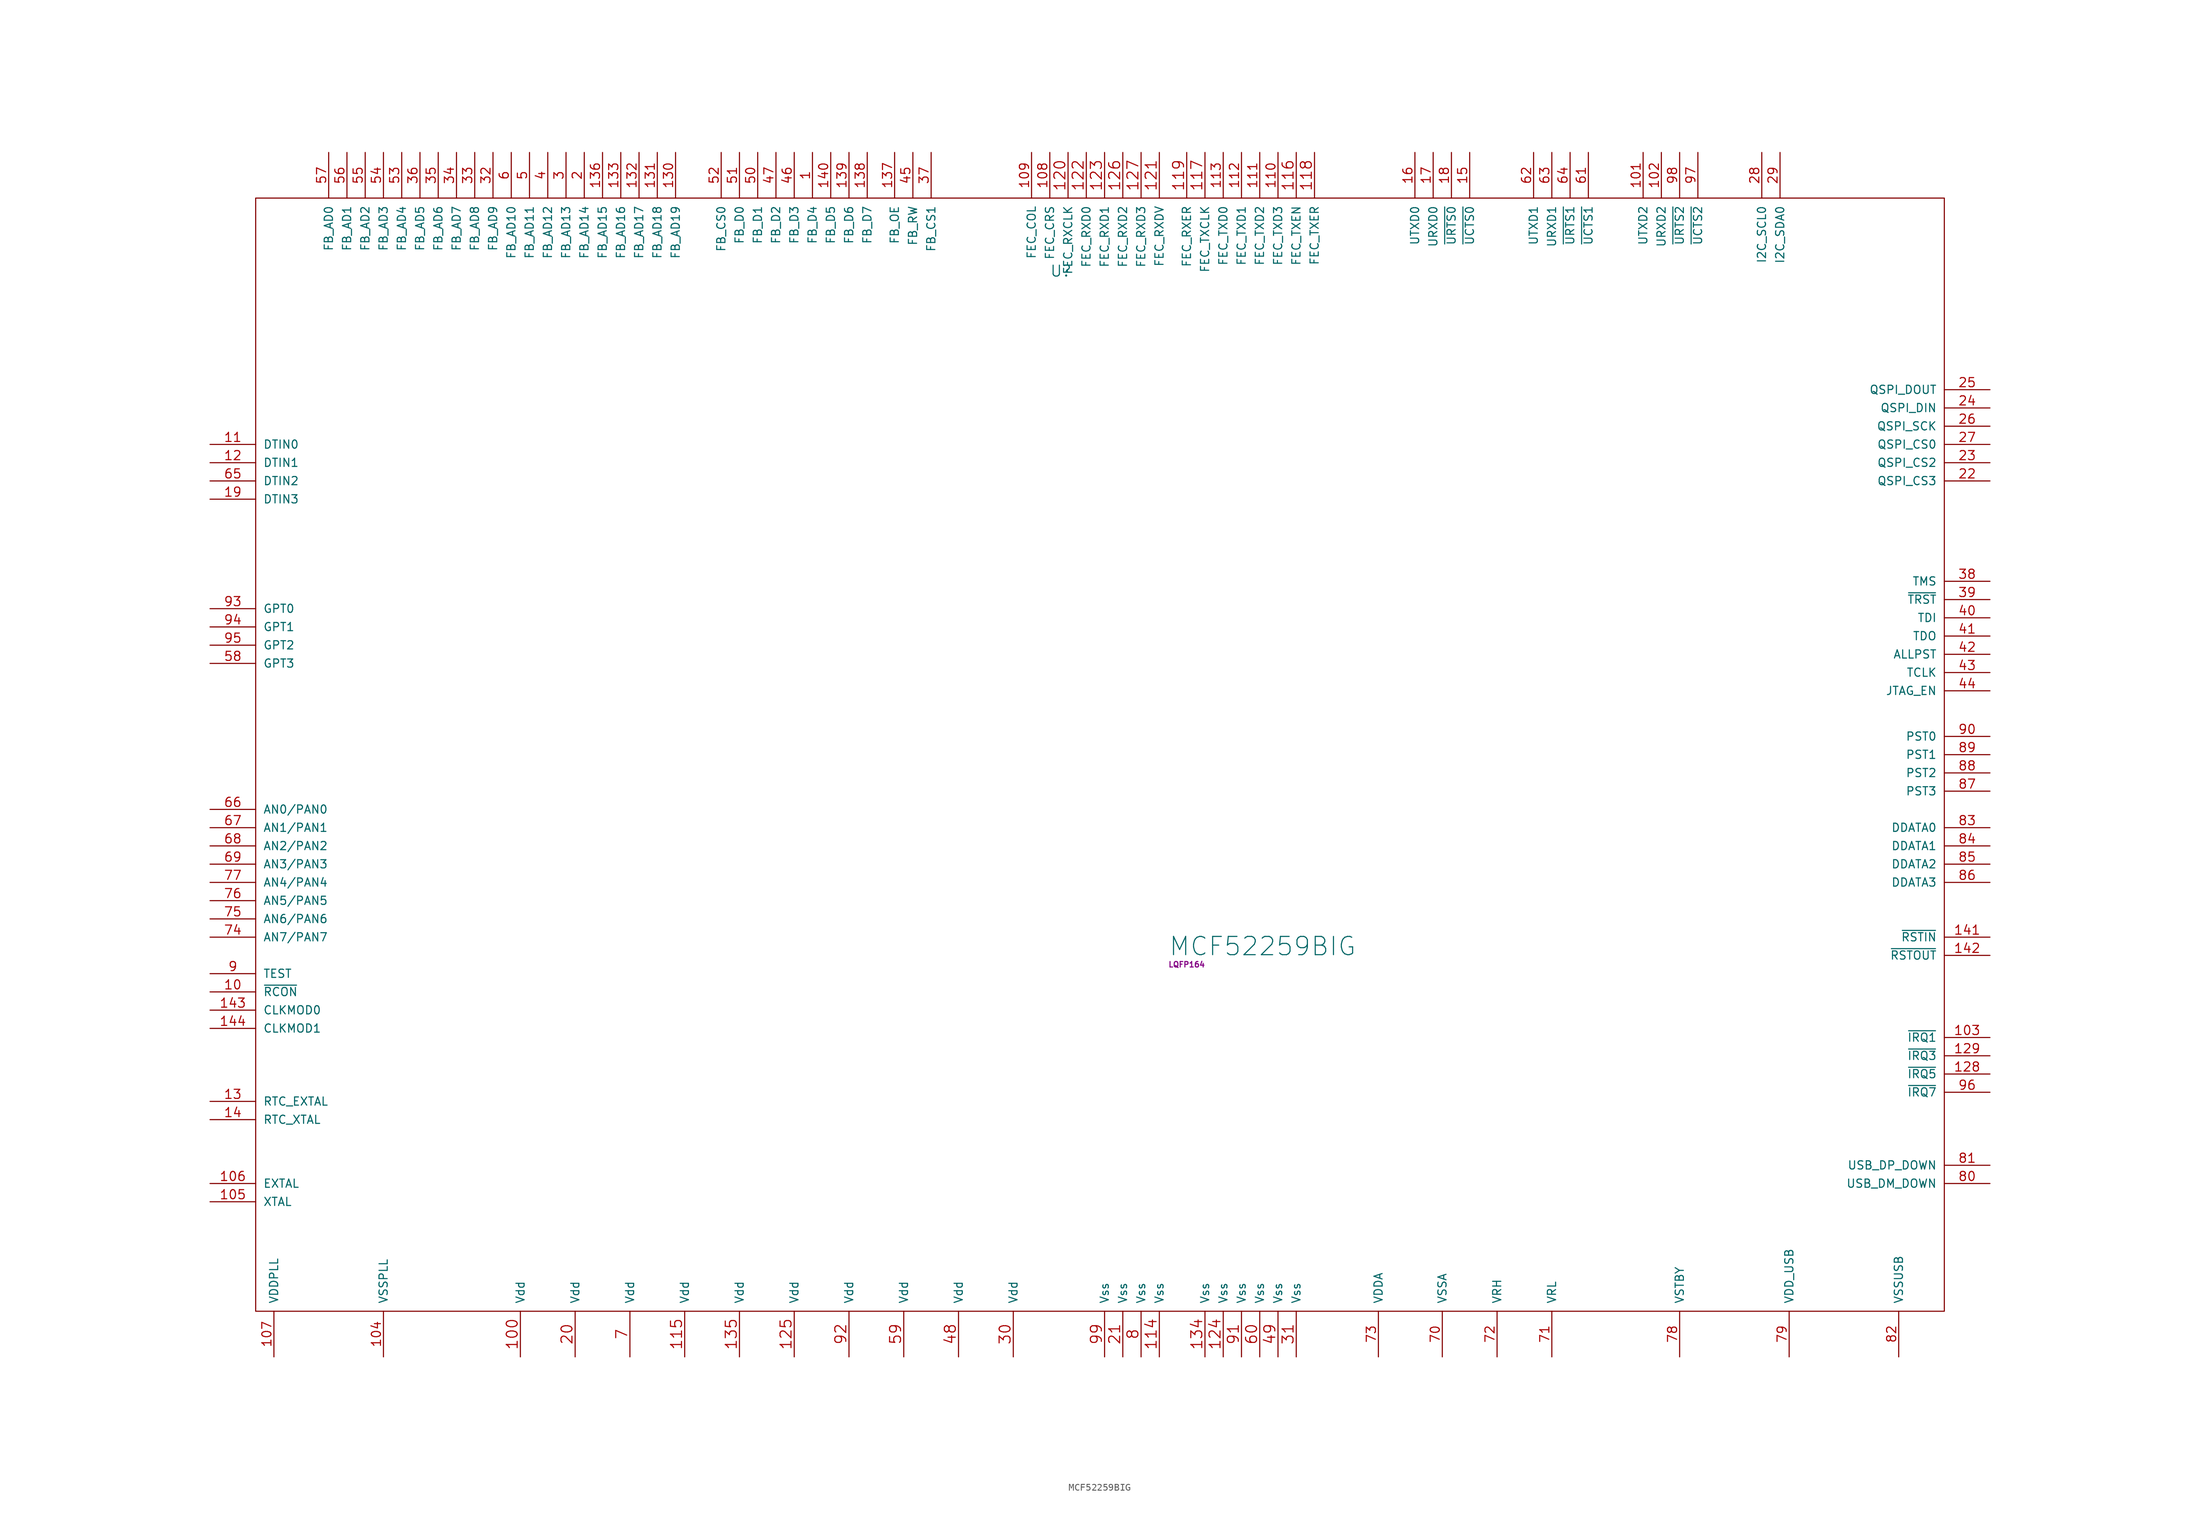
<source format=kicad_sym>
(kicad_symbol_lib
  (version 20220914)
  (generator kicad_symbol_editor)
  (symbol "MCF52259BIG"
    (pin_names
      (offset 1.016))
    (property "Reference" "U"
      (at -5.08 66.04 0)
      (effects (font (size 1.524 1.524)) (justify left)))
    (property "Value" "MCF52259BIG"
      (at 11.43 -27.94 0)
      (effects (font (size 2.54 2.54)) (justify left)))
    (property "Footprint" "LQFP164"
      (at 13.97 -30.48 0)
      (effects (font (size 0.762 0.762))))
    (property "Datasheet" ""
      (at 0 0 0)
      (effects (font (size 1.524 1.524))))
    (symbol "MCF52259BIG_0_1"
      (polyline (pts (xy -113.03 76.2) (xy 119.38 76.2) (xy 119.38 -78.74) (xy -115.57 -78.74) (xy -115.57 76.2) (xy -113.03 76.2) (xy -113.03 76.2)) (stroke (width 0) (type default)) (fill (type none))))
    (symbol "MCF52259BIG_1_1"
      (pin bidirectional line (at -38.1 82.55 270) (length 6.35) (name "FB_D4" (effects (font (size 1.143 1.143)))) (number "1" (effects (font (size 1.27 1.27)))))
      (pin input line (at -121.92 -34.29 0) (length 6.35) (name "~{RCON}" (effects (font (size 1.143 1.143)))) (number "10" (effects (font (size 1.27 1.27)))))
      (pin power_in line (at -78.74 -85.09 90) (length 6.35) (name "Vdd" (effects (font (size 1.143 1.143)))) (number "100" (effects (font (size 1.524 1.524)))))
      (pin bidirectional line (at 77.47 82.55 270) (length 6.35) (name "UTXD2" (effects (font (size 1.143 1.143)))) (number "101" (effects (font (size 1.27 1.27)))))
      (pin bidirectional line (at 80.01 82.55 270) (length 6.35) (name "URXD2" (effects (font (size 1.143 1.143)))) (number "102" (effects (font (size 1.27 1.27)))))
      (pin bidirectional line (at 125.73 -40.64 180) (length 6.35) (name "~{IRQ1}" (effects (font (size 1.143 1.143)))) (number "103" (effects (font (size 1.27 1.27)))))
      (pin passive line (at -97.79 -85.09 90) (length 6.35) (name "VSSPLL" (effects (font (size 1.143 1.143)))) (number "104" (effects (font (size 1.27 1.27)))))
      (pin bidirectional line (at -121.92 -63.5 0) (length 6.35) (name "XTAL" (effects (font (size 1.143 1.143)))) (number "105" (effects (font (size 1.27 1.27)))))
      (pin bidirectional line (at -121.92 -60.96 0) (length 6.35) (name "EXTAL" (effects (font (size 1.143 1.143)))) (number "106" (effects (font (size 1.27 1.27)))))
      (pin passive line (at -113.03 -85.09 90) (length 6.35) (name "VDDPLL" (effects (font (size 1.143 1.143)))) (number "107" (effects (font (size 1.27 1.27)))))
      (pin passive line (at -5.08 82.55 270) (length 6.35) (name "FEC_CRS" (effects (font (size 1.143 1.143)))) (number "108" (effects (font (size 1.27 1.27)))))
      (pin passive line (at -7.62 82.55 270) (length 6.35) (name "FEC_COL" (effects (font (size 1.143 1.143)))) (number "109" (effects (font (size 1.27 1.27)))))
      (pin bidirectional line (at -121.92 41.91 0) (length 6.35) (name "DTIN0" (effects (font (size 1.143 1.143)))) (number "11" (effects (font (size 1.27 1.27)))))
      (pin passive line (at 26.67 82.55 270) (length 6.35) (name "FEC_TXD3" (effects (font (size 1.143 1.143)))) (number "110" (effects (font (size 1.27 1.27)))))
      (pin passive line (at 24.13 82.55 270) (length 6.35) (name "FEC_TXD2" (effects (font (size 1.143 1.143)))) (number "111" (effects (font (size 1.27 1.27)))))
      (pin passive line (at 21.59 82.55 270) (length 6.35) (name "FEC_TXD1" (effects (font (size 1.143 1.143)))) (number "112" (effects (font (size 1.27 1.27)))))
      (pin passive line (at 19.05 82.55 270) (length 6.35) (name "FEC_TXD0" (effects (font (size 1.143 1.143)))) (number "113" (effects (font (size 1.27 1.27)))))
      (pin power_in line (at 10.16 -85.09 90) (length 6.35) (name "Vss" (effects (font (size 1.143 1.143)))) (number "114" (effects (font (size 1.524 1.524)))))
      (pin power_in line (at -55.88 -85.09 90) (length 6.35) (name "Vdd" (effects (font (size 1.143 1.143)))) (number "115" (effects (font (size 1.524 1.524)))))
      (pin passive line (at 29.21 82.55 270) (length 6.35) (name "FEC_TXEN" (effects (font (size 1.143 1.143)))) (number "116" (effects (font (size 1.524 1.524)))))
      (pin passive line (at 16.51 82.55 270) (length 6.35) (name "FEC_TXCLK" (effects (font (size 1.143 1.143)))) (number "117" (effects (font (size 1.524 1.524)))))
      (pin passive line (at 31.75 82.55 270) (length 6.35) (name "FEC_TXER" (effects (font (size 1.143 1.143)))) (number "118" (effects (font (size 1.524 1.524)))))
      (pin passive line (at 13.97 82.55 270) (length 6.35) (name "FEC_RXER" (effects (font (size 1.143 1.143)))) (number "119" (effects (font (size 1.524 1.524)))))
      (pin bidirectional line (at -121.92 39.37 0) (length 6.35) (name "DTIN1" (effects (font (size 1.143 1.143)))) (number "12" (effects (font (size 1.27 1.27)))))
      (pin passive line (at -2.54 82.55 270) (length 6.35) (name "FEC_RXCLK" (effects (font (size 1.143 1.143)))) (number "120" (effects (font (size 1.524 1.524)))))
      (pin passive line (at 10.16 82.55 270) (length 6.35) (name "FEC_RXDV" (effects (font (size 1.143 1.143)))) (number "121" (effects (font (size 1.524 1.524)))))
      (pin passive line (at 0 82.55 270) (length 6.35) (name "FEC_RXD0" (effects (font (size 1.143 1.143)))) (number "122" (effects (font (size 1.524 1.524)))))
      (pin passive line (at 2.54 82.55 270) (length 6.35) (name "FEC_RXD1" (effects (font (size 1.143 1.143)))) (number "123" (effects (font (size 1.524 1.524)))))
      (pin power_in line (at 19.05 -85.09 90) (length 6.35) (name "Vss" (effects (font (size 1.143 1.143)))) (number "124" (effects (font (size 1.524 1.524)))))
      (pin power_in line (at -40.64 -85.09 90) (length 6.35) (name "Vdd" (effects (font (size 1.143 1.143)))) (number "125" (effects (font (size 1.524 1.524)))))
      (pin passive line (at 5.08 82.55 270) (length 6.35) (name "FEC_RXD2" (effects (font (size 1.143 1.143)))) (number "126" (effects (font (size 1.524 1.524)))))
      (pin passive line (at 7.62 82.55 270) (length 6.35) (name "FEC_RXD3" (effects (font (size 1.143 1.143)))) (number "127" (effects (font (size 1.524 1.524)))))
      (pin bidirectional line (at 125.73 -45.72 180) (length 6.35) (name "~{IRQ5}" (effects (font (size 1.143 1.143)))) (number "128" (effects (font (size 1.27 1.27)))))
      (pin bidirectional line (at 125.73 -43.18 180) (length 6.35) (name "~{IRQ3}" (effects (font (size 1.143 1.143)))) (number "129" (effects (font (size 1.27 1.27)))))
      (pin bidirectional line (at -121.92 -49.53 0) (length 6.35) (name "RTC_EXTAL" (effects (font (size 1.143 1.143)))) (number "13" (effects (font (size 1.27 1.27)))))
      (pin bidirectional line (at -57.15 82.55 270) (length 6.35) (name "FB_AD19" (effects (font (size 1.143 1.143)))) (number "130" (effects (font (size 1.27 1.27)))))
      (pin bidirectional line (at -59.69 82.55 270) (length 6.35) (name "FB_AD18" (effects (font (size 1.143 1.143)))) (number "131" (effects (font (size 1.27 1.27)))))
      (pin bidirectional line (at -62.23 82.55 270) (length 6.35) (name "FB_AD17" (effects (font (size 1.143 1.143)))) (number "132" (effects (font (size 1.27 1.27)))))
      (pin bidirectional line (at -64.77 82.55 270) (length 6.35) (name "FB_AD16" (effects (font (size 1.143 1.143)))) (number "133" (effects (font (size 1.27 1.27)))))
      (pin power_in line (at 16.51 -85.09 90) (length 6.35) (name "Vss" (effects (font (size 1.143 1.143)))) (number "134" (effects (font (size 1.524 1.524)))))
      (pin passive line (at -48.26 -85.09 90) (length 6.35) (name "Vdd" (effects (font (size 1.143 1.143)))) (number "135" (effects (font (size 1.524 1.524)))))
      (pin bidirectional line (at -67.31 82.55 270) (length 6.35) (name "FB_AD15" (effects (font (size 1.143 1.143)))) (number "136" (effects (font (size 1.27 1.27)))))
      (pin bidirectional line (at -26.67 82.55 270) (length 6.35) (name "FB_OE" (effects (font (size 1.143 1.143)))) (number "137" (effects (font (size 1.27 1.27)))))
      (pin bidirectional line (at -30.48 82.55 270) (length 6.35) (name "FB_D7" (effects (font (size 1.143 1.143)))) (number "138" (effects (font (size 1.27 1.27)))))
      (pin bidirectional line (at -33.02 82.55 270) (length 6.35) (name "FB_D6" (effects (font (size 1.143 1.143)))) (number "139" (effects (font (size 1.27 1.27)))))
      (pin bidirectional line (at -121.92 -52.07 0) (length 6.35) (name "RTC_XTAL" (effects (font (size 1.143 1.143)))) (number "14" (effects (font (size 1.27 1.27)))))
      (pin bidirectional line (at -35.56 82.55 270) (length 6.35) (name "FB_D5" (effects (font (size 1.143 1.143)))) (number "140" (effects (font (size 1.27 1.27)))))
      (pin input line (at 125.73 -26.67 180) (length 6.35) (name "~{RSTIN}" (effects (font (size 1.143 1.143)))) (number "141" (effects (font (size 1.27 1.27)))))
      (pin bidirectional line (at 125.73 -29.21 180) (length 6.35) (name "~{RSTOUT}" (effects (font (size 1.143 1.143)))) (number "142" (effects (font (size 1.27 1.27)))))
      (pin input line (at -121.92 -36.83 0) (length 6.35) (name "CLKMOD0" (effects (font (size 1.143 1.143)))) (number "143" (effects (font (size 1.27 1.27)))))
      (pin input line (at -121.92 -39.37 0) (length 6.35) (name "CLKMOD1" (effects (font (size 1.143 1.143)))) (number "144" (effects (font (size 1.27 1.27)))))
      (pin bidirectional line (at 53.34 82.55 270) (length 6.35) (name "~{UCTS0}" (effects (font (size 1.143 1.143)))) (number "15" (effects (font (size 1.27 1.27)))))
      (pin bidirectional line (at 45.72 82.55 270) (length 6.35) (name "UTXD0" (effects (font (size 1.143 1.143)))) (number "16" (effects (font (size 1.27 1.27)))))
      (pin bidirectional line (at 48.26 82.55 270) (length 6.35) (name "URXD0" (effects (font (size 1.143 1.143)))) (number "17" (effects (font (size 1.27 1.27)))))
      (pin bidirectional line (at 50.8 82.55 270) (length 6.35) (name "~{URTS0}" (effects (font (size 1.143 1.143)))) (number "18" (effects (font (size 1.27 1.27)))))
      (pin bidirectional line (at -121.92 34.29 0) (length 6.35) (name "DTIN3" (effects (font (size 1.143 1.143)))) (number "19" (effects (font (size 1.27 1.27)))))
      (pin bidirectional line (at -69.85 82.55 270) (length 6.35) (name "FB_AD14" (effects (font (size 1.143 1.143)))) (number "2" (effects (font (size 1.27 1.27)))))
      (pin power_in line (at -71.12 -85.09 90) (length 6.35) (name "Vdd" (effects (font (size 1.143 1.143)))) (number "20" (effects (font (size 1.524 1.524)))))
      (pin power_in line (at 5.08 -85.09 90) (length 6.35) (name "Vss" (effects (font (size 1.143 1.143)))) (number "21" (effects (font (size 1.524 1.524)))))
      (pin passive line (at 125.73 36.83 180) (length 6.35) (name "QSPI_CS3" (effects (font (size 1.143 1.143)))) (number "22" (effects (font (size 1.27 1.27)))))
      (pin passive line (at 125.73 39.37 180) (length 6.35) (name "QSPI_CS2" (effects (font (size 1.143 1.143)))) (number "23" (effects (font (size 1.27 1.27)))))
      (pin passive line (at 125.73 46.99 180) (length 6.35) (name "QSPI_DIN" (effects (font (size 1.143 1.143)))) (number "24" (effects (font (size 1.27 1.27)))))
      (pin passive line (at 125.73 49.53 180) (length 6.35) (name "QSPI_DOUT" (effects (font (size 1.143 1.143)))) (number "25" (effects (font (size 1.27 1.27)))))
      (pin passive line (at 125.73 44.45 180) (length 6.35) (name "QSPI_SCK" (effects (font (size 1.143 1.143)))) (number "26" (effects (font (size 1.27 1.27)))))
      (pin passive line (at 125.73 41.91 180) (length 6.35) (name "QSPI_CS0" (effects (font (size 1.143 1.143)))) (number "27" (effects (font (size 1.27 1.27)))))
      (pin bidirectional line (at 93.98 82.55 270) (length 6.35) (name "I2C_SCL0" (effects (font (size 1.143 1.143)))) (number "28" (effects (font (size 1.27 1.27)))))
      (pin bidirectional line (at 96.52 82.55 270) (length 6.35) (name "I2C_SDA0" (effects (font (size 1.143 1.143)))) (number "29" (effects (font (size 1.27 1.27)))))
      (pin bidirectional line (at -72.39 82.55 270) (length 6.35) (name "FB_AD13" (effects (font (size 1.143 1.143)))) (number "3" (effects (font (size 1.27 1.27)))))
      (pin power_in line (at -10.16 -85.09 90) (length 6.35) (name "Vdd" (effects (font (size 1.143 1.143)))) (number "30" (effects (font (size 1.524 1.524)))))
      (pin power_in line (at 29.21 -85.09 90) (length 6.35) (name "Vss" (effects (font (size 1.143 1.143)))) (number "31" (effects (font (size 1.524 1.524)))))
      (pin bidirectional line (at -82.55 82.55 270) (length 6.35) (name "FB_AD9" (effects (font (size 1.143 1.143)))) (number "32" (effects (font (size 1.27 1.27)))))
      (pin bidirectional line (at -85.09 82.55 270) (length 6.35) (name "FB_AD8" (effects (font (size 1.143 1.143)))) (number "33" (effects (font (size 1.27 1.27)))))
      (pin bidirectional line (at -87.63 82.55 270) (length 6.35) (name "FB_AD7" (effects (font (size 1.143 1.143)))) (number "34" (effects (font (size 1.27 1.27)))))
      (pin bidirectional line (at -90.17 82.55 270) (length 6.35) (name "FB_AD6" (effects (font (size 1.143 1.143)))) (number "35" (effects (font (size 1.27 1.27)))))
      (pin bidirectional line (at -92.71 82.55 270) (length 6.35) (name "FB_AD5" (effects (font (size 1.143 1.143)))) (number "36" (effects (font (size 1.27 1.27)))))
      (pin bidirectional line (at -21.59 82.55 270) (length 6.35) (name "FB_CS1" (effects (font (size 1.143 1.143)))) (number "37" (effects (font (size 1.27 1.27)))))
      (pin input line (at 125.73 22.86 180) (length 6.35) (name "TMS" (effects (font (size 1.143 1.143)))) (number "38" (effects (font (size 1.27 1.27)))))
      (pin input line (at 125.73 20.32 180) (length 6.35) (name "~{TRST}" (effects (font (size 1.143 1.143)))) (number "39" (effects (font (size 1.27 1.27)))))
      (pin bidirectional line (at -74.93 82.55 270) (length 6.35) (name "FB_AD12" (effects (font (size 1.143 1.143)))) (number "4" (effects (font (size 1.27 1.27)))))
      (pin input line (at 125.73 17.78 180) (length 6.35) (name "TDI" (effects (font (size 1.143 1.143)))) (number "40" (effects (font (size 1.27 1.27)))))
      (pin bidirectional line (at 125.73 15.24 180) (length 6.35) (name "TDO" (effects (font (size 1.143 1.143)))) (number "41" (effects (font (size 1.27 1.27)))))
      (pin bidirectional line (at 125.73 12.7 180) (length 6.35) (name "ALLPST" (effects (font (size 1.143 1.143)))) (number "42" (effects (font (size 1.27 1.27)))))
      (pin input line (at 125.73 10.16 180) (length 6.35) (name "TCLK" (effects (font (size 1.143 1.143)))) (number "43" (effects (font (size 1.27 1.27)))))
      (pin input line (at 125.73 7.62 180) (length 6.35) (name "JTAG_EN" (effects (font (size 1.143 1.143)))) (number "44" (effects (font (size 1.27 1.27)))))
      (pin bidirectional line (at -24.13 82.55 270) (length 6.35) (name "FB_RW" (effects (font (size 1.143 1.143)))) (number "45" (effects (font (size 1.27 1.27)))))
      (pin bidirectional line (at -40.64 82.55 270) (length 6.35) (name "FB_D3" (effects (font (size 1.143 1.143)))) (number "46" (effects (font (size 1.27 1.27)))))
      (pin bidirectional line (at -43.18 82.55 270) (length 6.35) (name "FB_D2" (effects (font (size 1.143 1.143)))) (number "47" (effects (font (size 1.27 1.27)))))
      (pin passive line (at -17.78 -85.09 90) (length 6.35) (name "Vdd" (effects (font (size 1.143 1.143)))) (number "48" (effects (font (size 1.524 1.524)))))
      (pin power_in line (at 26.67 -85.09 90) (length 6.35) (name "Vss" (effects (font (size 1.143 1.143)))) (number "49" (effects (font (size 1.524 1.524)))))
      (pin bidirectional line (at -77.47 82.55 270) (length 6.35) (name "FB_AD11" (effects (font (size 1.143 1.143)))) (number "5" (effects (font (size 1.27 1.27)))))
      (pin bidirectional line (at -45.72 82.55 270) (length 6.35) (name "FB_D1" (effects (font (size 1.143 1.143)))) (number "50" (effects (font (size 1.27 1.27)))))
      (pin bidirectional line (at -48.26 82.55 270) (length 6.35) (name "FB_D0" (effects (font (size 1.143 1.143)))) (number "51" (effects (font (size 1.27 1.27)))))
      (pin bidirectional line (at -50.8 82.55 270) (length 6.35) (name "FB_CS0" (effects (font (size 1.143 1.143)))) (number "52" (effects (font (size 1.27 1.27)))))
      (pin bidirectional line (at -95.25 82.55 270) (length 6.35) (name "FB_AD4" (effects (font (size 1.143 1.143)))) (number "53" (effects (font (size 1.27 1.27)))))
      (pin bidirectional line (at -97.79 82.55 270) (length 6.35) (name "FB_AD3" (effects (font (size 1.143 1.143)))) (number "54" (effects (font (size 1.27 1.27)))))
      (pin bidirectional line (at -100.33 82.55 270) (length 6.35) (name "FB_AD2" (effects (font (size 1.143 1.143)))) (number "55" (effects (font (size 1.27 1.27)))))
      (pin bidirectional line (at -102.87 82.55 270) (length 6.35) (name "FB_AD1" (effects (font (size 1.143 1.143)))) (number "56" (effects (font (size 1.27 1.27)))))
      (pin bidirectional line (at -105.41 82.55 270) (length 6.35) (name "FB_AD0" (effects (font (size 1.143 1.143)))) (number "57" (effects (font (size 1.27 1.27)))))
      (pin bidirectional line (at -121.92 11.43 0) (length 6.35) (name "GPT3" (effects (font (size 1.143 1.143)))) (number "58" (effects (font (size 1.27 1.27)))))
      (pin power_in line (at -25.4 -85.09 90) (length 6.35) (name "Vdd" (effects (font (size 1.143 1.143)))) (number "59" (effects (font (size 1.524 1.524)))))
      (pin bidirectional line (at -80.01 82.55 270) (length 6.35) (name "FB_AD10" (effects (font (size 1.143 1.143)))) (number "6" (effects (font (size 1.27 1.27)))))
      (pin power_in line (at 24.13 -85.09 90) (length 6.35) (name "Vss" (effects (font (size 1.143 1.143)))) (number "60" (effects (font (size 1.524 1.524)))))
      (pin bidirectional line (at 69.85 82.55 270) (length 6.35) (name "~{UCTS1}" (effects (font (size 1.143 1.143)))) (number "61" (effects (font (size 1.27 1.27)))))
      (pin bidirectional line (at 62.23 82.55 270) (length 6.35) (name "UTXD1" (effects (font (size 1.143 1.143)))) (number "62" (effects (font (size 1.27 1.27)))))
      (pin bidirectional line (at 64.77 82.55 270) (length 6.35) (name "URXD1" (effects (font (size 1.143 1.143)))) (number "63" (effects (font (size 1.27 1.27)))))
      (pin bidirectional line (at 67.31 82.55 270) (length 6.35) (name "~{URTS1}" (effects (font (size 1.143 1.143)))) (number "64" (effects (font (size 1.27 1.27)))))
      (pin bidirectional line (at -121.92 36.83 0) (length 6.35) (name "DTIN2" (effects (font (size 1.143 1.143)))) (number "65" (effects (font (size 1.27 1.27)))))
      (pin bidirectional line (at -121.92 -8.89 0) (length 6.35) (name "AN0/PAN0" (effects (font (size 1.143 1.143)))) (number "66" (effects (font (size 1.27 1.27)))))
      (pin bidirectional line (at -121.92 -11.43 0) (length 6.35) (name "AN1/PAN1" (effects (font (size 1.143 1.143)))) (number "67" (effects (font (size 1.27 1.27)))))
      (pin bidirectional line (at -121.92 -13.97 0) (length 6.35) (name "AN2/PAN2" (effects (font (size 1.143 1.143)))) (number "68" (effects (font (size 1.27 1.27)))))
      (pin bidirectional line (at -121.92 -16.51 0) (length 6.35) (name "AN3/PAN3" (effects (font (size 1.143 1.143)))) (number "69" (effects (font (size 1.27 1.27)))))
      (pin power_in line (at -63.5 -85.09 90) (length 6.35) (name "Vdd" (effects (font (size 1.143 1.143)))) (number "7" (effects (font (size 1.524 1.524)))))
      (pin input line (at 49.53 -85.09 90) (length 6.35) (name "VSSA" (effects (font (size 1.143 1.143)))) (number "70" (effects (font (size 1.27 1.27)))))
      (pin input line (at 64.77 -85.09 90) (length 6.35) (name "VRL" (effects (font (size 1.143 1.143)))) (number "71" (effects (font (size 1.27 1.27)))))
      (pin input line (at 57.15 -85.09 90) (length 6.35) (name "VRH" (effects (font (size 1.143 1.143)))) (number "72" (effects (font (size 1.27 1.27)))))
      (pin input line (at 40.64 -85.09 90) (length 6.35) (name "VDDA" (effects (font (size 1.143 1.143)))) (number "73" (effects (font (size 1.27 1.27)))))
      (pin bidirectional line (at -121.92 -26.67 0) (length 6.35) (name "AN7/PAN7" (effects (font (size 1.143 1.143)))) (number "74" (effects (font (size 1.27 1.27)))))
      (pin bidirectional line (at -121.92 -24.13 0) (length 6.35) (name "AN6/PAN6" (effects (font (size 1.143 1.143)))) (number "75" (effects (font (size 1.27 1.27)))))
      (pin bidirectional line (at -121.92 -21.59 0) (length 6.35) (name "AN5/PAN5" (effects (font (size 1.143 1.143)))) (number "76" (effects (font (size 1.27 1.27)))))
      (pin bidirectional line (at -121.92 -19.05 0) (length 6.35) (name "AN4/PAN4" (effects (font (size 1.143 1.143)))) (number "77" (effects (font (size 1.27 1.27)))))
      (pin bidirectional line (at 82.55 -85.09 90) (length 6.35) (name "VSTBY" (effects (font (size 1.143 1.143)))) (number "78" (effects (font (size 1.27 1.27)))))
      (pin bidirectional line (at 97.79 -85.09 90) (length 6.35) (name "VDD_USB" (effects (font (size 1.143 1.143)))) (number "79" (effects (font (size 1.27 1.27)))))
      (pin power_in line (at 7.62 -85.09 90) (length 6.35) (name "Vss" (effects (font (size 1.143 1.143)))) (number "8" (effects (font (size 1.524 1.524)))))
      (pin bidirectional line (at 125.73 -60.96 180) (length 6.35) (name "USB_DM_DOWN" (effects (font (size 1.143 1.143)))) (number "80" (effects (font (size 1.27 1.27)))))
      (pin bidirectional line (at 125.73 -58.42 180) (length 6.35) (name "USB_DP_DOWN" (effects (font (size 1.143 1.143)))) (number "81" (effects (font (size 1.27 1.27)))))
      (pin bidirectional line (at 113.03 -85.09 90) (length 6.35) (name "VSSUSB" (effects (font (size 1.143 1.143)))) (number "82" (effects (font (size 1.27 1.27)))))
      (pin output line (at 125.73 -11.43 180) (length 6.35) (name "DDATA0" (effects (font (size 1.143 1.143)))) (number "83" (effects (font (size 1.27 1.27)))))
      (pin output line (at 125.73 -13.97 180) (length 6.35) (name "DDATA1" (effects (font (size 1.143 1.143)))) (number "84" (effects (font (size 1.27 1.27)))))
      (pin output line (at 125.73 -16.51 180) (length 6.35) (name "DDATA2" (effects (font (size 1.143 1.143)))) (number "85" (effects (font (size 1.27 1.27)))))
      (pin output line (at 125.73 -19.05 180) (length 6.35) (name "DDATA3" (effects (font (size 1.143 1.143)))) (number "86" (effects (font (size 1.27 1.27)))))
      (pin output line (at 125.73 -6.35 180) (length 6.35) (name "PST3" (effects (font (size 1.143 1.143)))) (number "87" (effects (font (size 1.27 1.27)))))
      (pin output line (at 125.73 -3.81 180) (length 6.35) (name "PST2" (effects (font (size 1.143 1.143)))) (number "88" (effects (font (size 1.27 1.27)))))
      (pin output line (at 125.73 -1.27 180) (length 6.35) (name "PST1" (effects (font (size 1.143 1.143)))) (number "89" (effects (font (size 1.27 1.27)))))
      (pin input line (at -121.92 -31.75 0) (length 6.35) (name "TEST" (effects (font (size 1.143 1.143)))) (number "9" (effects (font (size 1.27 1.27)))))
      (pin output line (at 125.73 1.27 180) (length 6.35) (name "PST0" (effects (font (size 1.143 1.143)))) (number "90" (effects (font (size 1.27 1.27)))))
      (pin power_in line (at 21.59 -85.09 90) (length 6.35) (name "Vss" (effects (font (size 1.143 1.143)))) (number "91" (effects (font (size 1.524 1.524)))))
      (pin power_in line (at -33.02 -85.09 90) (length 6.35) (name "Vdd" (effects (font (size 1.143 1.143)))) (number "92" (effects (font (size 1.524 1.524)))))
      (pin bidirectional line (at -121.92 19.05 0) (length 6.35) (name "GPT0" (effects (font (size 1.143 1.143)))) (number "93" (effects (font (size 1.27 1.27)))))
      (pin bidirectional line (at -121.92 16.51 0) (length 6.35) (name "GPT1" (effects (font (size 1.143 1.143)))) (number "94" (effects (font (size 1.27 1.27)))))
      (pin bidirectional line (at -121.92 13.97 0) (length 6.35) (name "GPT2" (effects (font (size 1.143 1.143)))) (number "95" (effects (font (size 1.27 1.27)))))
      (pin bidirectional line (at 125.73 -48.26 180) (length 6.35) (name "~{IRQ7}" (effects (font (size 1.143 1.143)))) (number "96" (effects (font (size 1.27 1.27)))))
      (pin bidirectional line (at 85.09 82.55 270) (length 6.35) (name "~{UCTS2}" (effects (font (size 1.143 1.143)))) (number "97" (effects (font (size 1.27 1.27)))))
      (pin bidirectional line (at 82.55 82.55 270) (length 6.35) (name "~{URTS2}" (effects (font (size 1.143 1.143)))) (number "98" (effects (font (size 1.27 1.27)))))
      (pin power_in line (at 2.54 -85.09 90) (length 6.35) (name "Vss" (effects (font (size 1.143 1.143)))) (number "99" (effects (font (size 1.524 1.524))))))))
</source>
